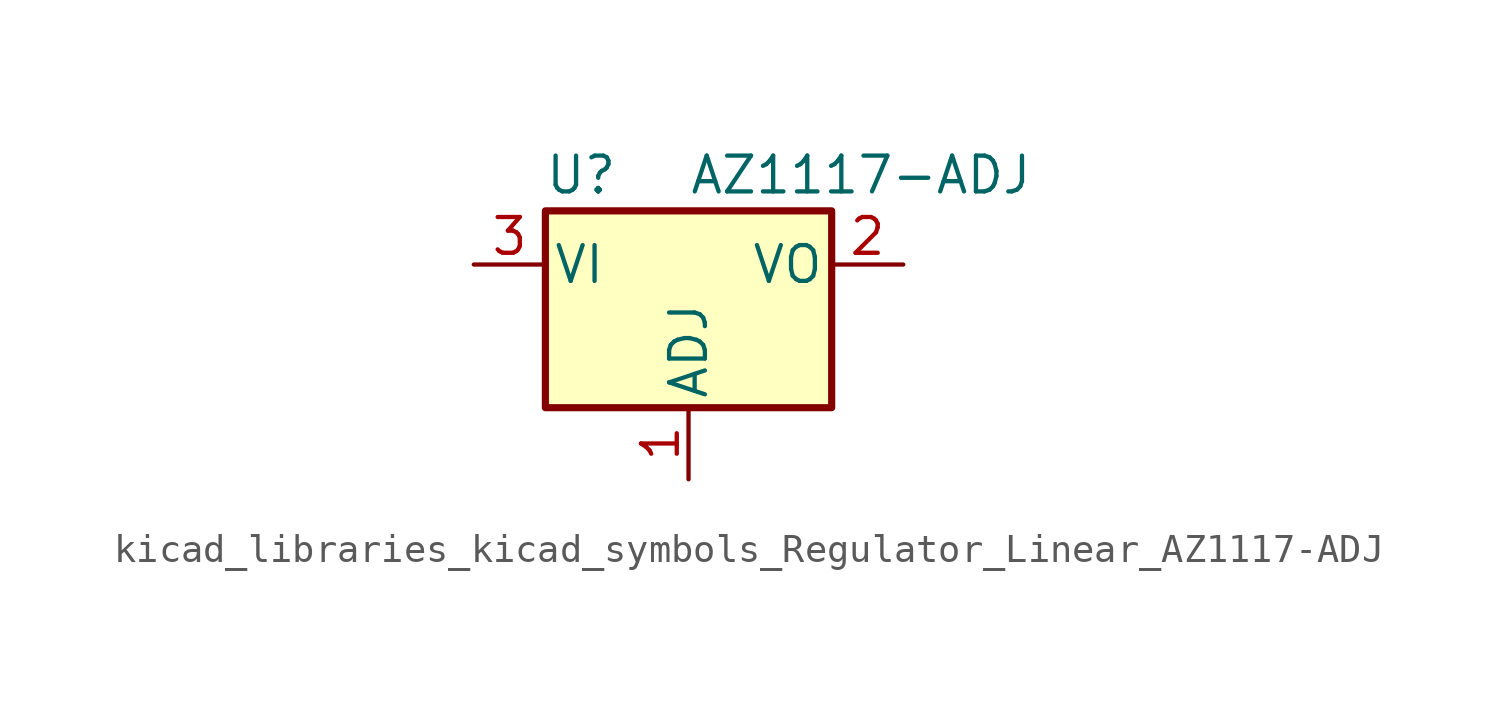
<source format=kicad_sym>
(kicad_symbol_lib
  (version 20220914)
  (generator kicad_symbol_editor)
  (symbol "kicad_libraries_kicad_symbols_Regulator_Linear_AZ1117-ADJ"
    (pin_names
      (offset 0.254))
    (property "Reference" "U"
      (at -3.81 3.175 0)
      (effects (font (size 1.27 1.27))))
    (property "Value" "AZ1117-ADJ"
      (at 0 3.175 0)
      (effects (font (size 1.27 1.27)) (justify left)))
    (symbol "kicad_libraries_kicad_symbols_Regulator_Linear_AZ1117-ADJ_0_1"
      (rectangle (start -5.08 1.905) (end 5.08 -5.08) (stroke (width 0.254) (type default)) (fill (type background))))
    (symbol "kicad_libraries_kicad_symbols_Regulator_Linear_AZ1117-ADJ_1_1"
      (pin input line (at 0 -7.62 90) (length 2.54) (name "ADJ" (effects (font (size 1.27 1.27)))) (number "1" (effects (font (size 1.27 1.27)))))
      (pin power_out line (at 7.62 0 180) (length 2.54) (name "VO" (effects (font (size 1.27 1.27)))) (number "2" (effects (font (size 1.27 1.27)))))
      (pin power_in line (at -7.62 0 0) (length 2.54) (name "VI" (effects (font (size 1.27 1.27)))) (number "3" (effects (font (size 1.27 1.27))))))))
</source>
